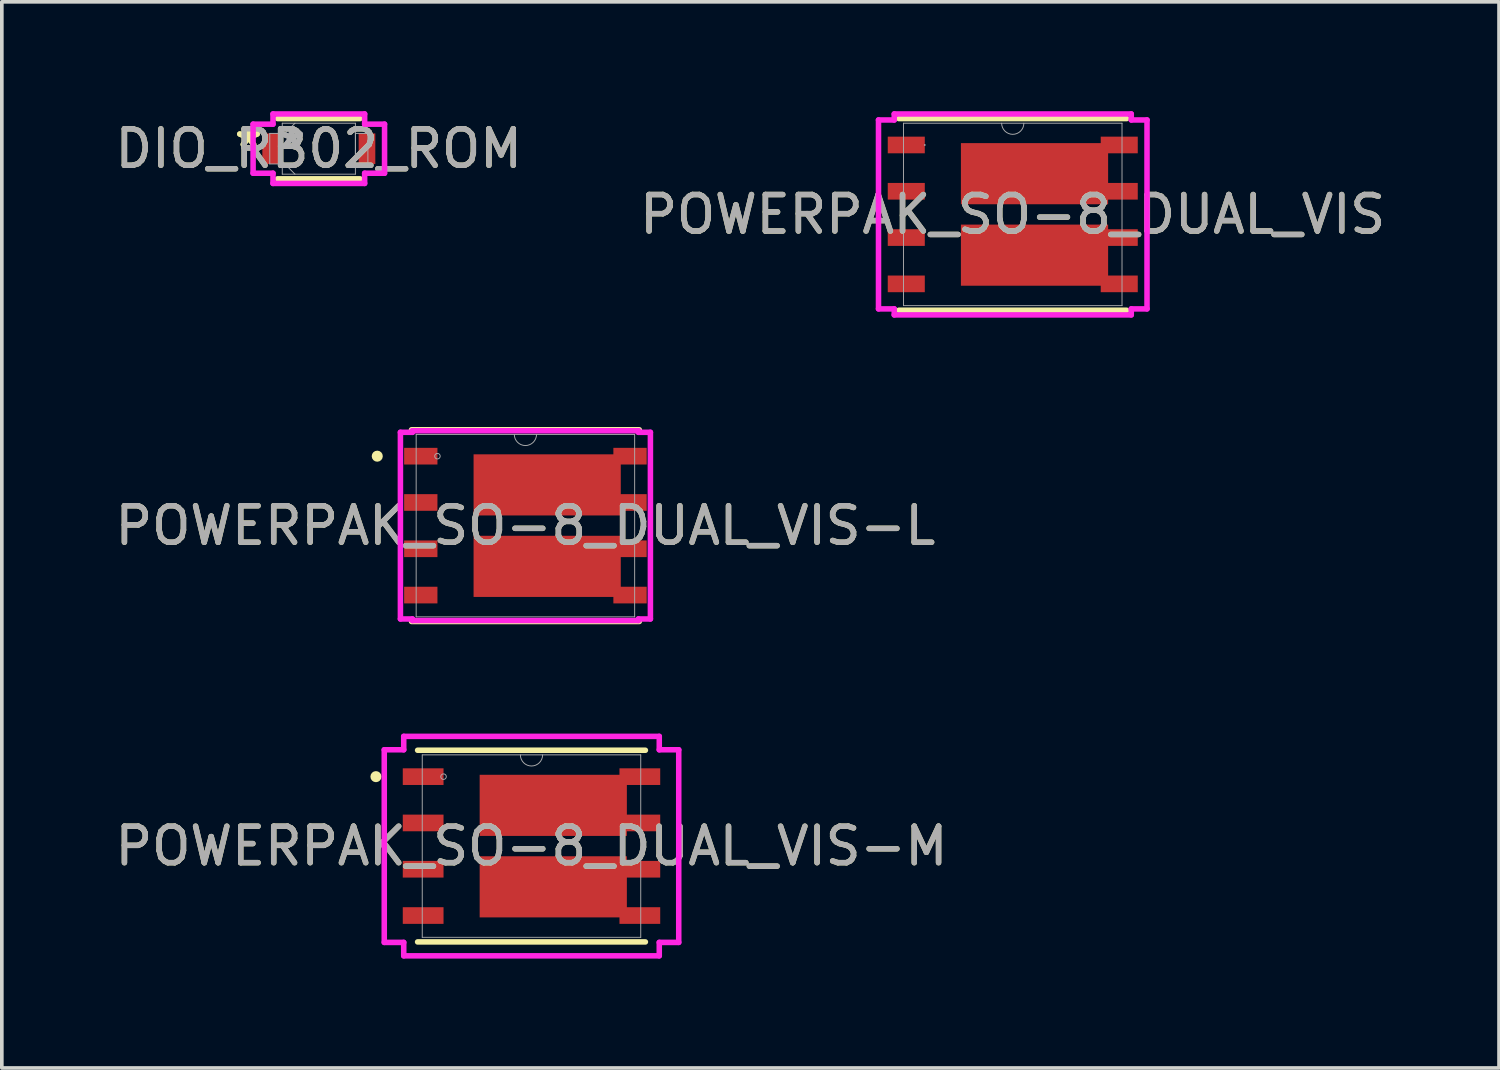
<source format=kicad_pcb>
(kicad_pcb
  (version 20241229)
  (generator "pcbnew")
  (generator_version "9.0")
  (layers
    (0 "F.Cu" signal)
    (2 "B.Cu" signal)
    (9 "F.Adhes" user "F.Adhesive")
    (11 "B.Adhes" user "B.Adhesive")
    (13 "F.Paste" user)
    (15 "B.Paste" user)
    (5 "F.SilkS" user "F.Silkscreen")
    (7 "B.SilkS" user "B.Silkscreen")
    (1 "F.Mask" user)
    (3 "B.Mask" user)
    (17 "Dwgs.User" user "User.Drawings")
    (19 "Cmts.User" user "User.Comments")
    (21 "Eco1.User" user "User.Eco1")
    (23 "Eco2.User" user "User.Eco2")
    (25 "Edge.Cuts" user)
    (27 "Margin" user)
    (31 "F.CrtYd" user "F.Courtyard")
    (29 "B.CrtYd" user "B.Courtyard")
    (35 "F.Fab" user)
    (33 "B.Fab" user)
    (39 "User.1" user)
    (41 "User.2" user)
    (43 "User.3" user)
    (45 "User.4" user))
  (footprint "DIO_RB02_ROM"
    (layer "F.Cu")
    (at 5.696 1.029)
    (property "Reference" "DIO_RB02_ROM" (at 0 0 0) (unlocked yes) (layer "F.SilkS") (effects (font (size 1 1) (thickness 0.15))))
    (attr smd)
    (fp_line (start -1.13 0.826) (end 1.13 0.826) (stroke (width 0.152) (type solid)) (layer "F.SilkS"))
    (fp_line (start 1.13 -0.826) (end -1.13 -0.826) (stroke (width 0.152) (type solid)) (layer "F.SilkS"))
    (fp_line (start -1.803 -0.673) (end -1.257 -0.673) (stroke (width 0.152) (type solid)) (layer "F.CrtYd"))
    (fp_line (start -1.803 0.673) (end -1.803 -0.673) (stroke (width 0.152) (type solid)) (layer "F.CrtYd"))
    (fp_line (start -1.257 -0.953) (end 1.257 -0.953) (stroke (width 0.152) (type solid)) (layer "F.CrtYd"))
    (fp_line (start -1.257 -0.673) (end -1.257 -0.953) (stroke (width 0.152) (type solid)) (layer "F.CrtYd"))
    (fp_line (start -1.257 0.673) (end -1.803 0.673) (stroke (width 0.152) (type solid)) (layer "F.CrtYd"))
    (fp_line (start -1.257 0.953) (end -1.257 0.673) (stroke (width 0.152) (type solid)) (layer "F.CrtYd"))
    (fp_line (start 1.257 -0.953) (end 1.257 -0.673) (stroke (width 0.152) (type solid)) (layer "F.CrtYd"))
    (fp_line (start 1.257 -0.673) (end 1.803 -0.673) (stroke (width 0.152) (type solid)) (layer "F.CrtYd"))
    (fp_line (start 1.257 0.673) (end 1.257 0.953) (stroke (width 0.152) (type solid)) (layer "F.CrtYd"))
    (fp_line (start 1.257 0.953) (end -1.257 0.953) (stroke (width 0.152) (type solid)) (layer "F.CrtYd"))
    (fp_line (start 1.803 -0.673) (end 1.803 0.673) (stroke (width 0.152) (type solid)) (layer "F.CrtYd"))
    (fp_line (start 1.803 0.673) (end 1.257 0.673) (stroke (width 0.152) (type solid)) (layer "F.CrtYd"))
    (fp_line (start -1.346 -0.419) (end -1.346 0.419) (stroke (width 0.025) (type solid)) (layer "F.Fab"))
    (fp_line (start -1.346 0.419) (end -1.003 0.419) (stroke (width 0.025) (type solid)) (layer "F.Fab"))
    (fp_line (start -1.003 -0.699) (end -1.003 0.699) (stroke (width 0.025) (type solid)) (layer "F.Fab"))
    (fp_line (start -1.003 -0.419) (end -1.346 -0.419) (stroke (width 0.025) (type solid)) (layer "F.Fab"))
    (fp_line (start -1.003 -0.349) (end -0.654 -0.699) (stroke (width 0.025) (type solid)) (layer "F.Fab"))
    (fp_line (start -1.003 0.349) (end -0.654 0.699) (stroke (width 0.025) (type solid)) (layer "F.Fab"))
    (fp_line (start -1.003 0.419) (end -1.003 -0.419) (stroke (width 0.025) (type solid)) (layer "F.Fab"))
    (fp_line (start -1.003 0.699) (end 1.003 0.699) (stroke (width 0.025) (type solid)) (layer "F.Fab"))
    (fp_line (start 1.003 -0.699) (end -1.003 -0.699) (stroke (width 0.025) (type solid)) (layer "F.Fab"))
    (fp_line (start 1.003 -0.419) (end 1.003 0.419) (stroke (width 0.025) (type solid)) (layer "F.Fab"))
    (fp_line (start 1.003 0.419) (end 1.346 0.419) (stroke (width 0.025) (type solid)) (layer "F.Fab"))
    (fp_line (start 1.003 0.699) (end 1.003 -0.699) (stroke (width 0.025) (type solid)) (layer "F.Fab"))
    (fp_line (start 1.346 -0.419) (end 1.003 -0.419) (stroke (width 0.025) (type solid)) (layer "F.Fab"))
    (fp_line (start 1.346 0.419) (end 1.346 -0.419) (stroke (width 0.025) (type solid)) (layer "F.Fab"))
    (fp_text user "*" (at -1.93 0 0) (layer "F.SilkS") (effects (font (size 1 1) (thickness 0.15))))
    (fp_text user "*" (at -1.93 0 0) (unlocked yes) (layer "F.SilkS") (effects (font (size 1 1) (thickness 0.15))))
    (fp_text user "*" (at -0.749 0 0) (unlocked yes) (layer "F.Fab") (effects (font (size 1 1) (thickness 0.15))))
    (fp_text user "${REFERENCE}" (at 0 0 0) (unlocked yes) (layer "F.Fab") (effects (font (size 1 1) (thickness 0.15))))
    (fp_text user "*" (at -0.749 0 0) (layer "F.Fab") (effects (font (size 1 1) (thickness 0.15))))
    (pad "1" smd rect (at -1.321 0) (size 0.457 0.838) (layers "F.Cu" "F.Mask" "F.Paste"))
    (pad "2" smd rect (at 1.321 0) (size 0.457 0.838) (layers "F.Cu" "F.Mask" "F.Paste"))
    (zone (net_name "") (layer "F.Cu") (hatch full 0.508) (connect_pads) (min_thickness 0.254) (filled_areas_thickness no) (keepout (tracks not_allowed) (vias not_allowed) (pads allowed) (copperpour not_allowed) (footprints allowed)) (placement (enabled no)) (fill) (polygon (pts (xy 4.655 0.381) (xy 6.738 0.381) (xy 6.738 1.676) (xy 4.655 1.676)))))
  (footprint "POWERPAK_SO-8_DUAL_VIS-M"
    (layer "F.Cu")
    (at 11.53 20.16)
    (property "Reference" "POWERPAK_SO-8_DUAL_VIS-M" (at 0 0 0) (unlocked yes) (layer "F.SilkS") (effects (font (size 1 1) (thickness 0.15))))
    (attr smd)
    (fp_poly (pts (xy 2.616 -1.956) (xy -1.422 -1.956) (xy -1.422 -0.279) (xy 2.616 -0.279)) (stroke (width 0) (type solid)) (fill yes) (layer "F.Cu"))
    (fp_poly (pts (xy 2.616 1.956) (xy -1.422 1.956) (xy -1.422 0.279) (xy 2.616 0.279)) (stroke (width 0) (type solid)) (fill yes) (layer "F.Cu"))
    (fp_poly (pts (xy 2.616 -1.956) (xy -1.422 -1.956) (xy -1.422 -0.279) (xy 2.616 -0.279)) (stroke (width 0) (type solid)) (fill yes) (layer "F.Mask"))
    (fp_poly (pts (xy 2.616 1.956) (xy -1.422 1.956) (xy -1.422 0.279) (xy 2.616 0.279)) (stroke (width 0) (type solid)) (fill yes) (layer "F.Mask"))
    (fp_line (start -3.124 2.629) (end 3.124 2.629) (stroke (width 0.152) (type solid)) (layer "F.SilkS"))
    (fp_line (start 3.124 -2.629) (end -3.124 -2.629) (stroke (width 0.152) (type solid)) (layer "F.SilkS"))
    (fp_circle (center -4.267 -1.905) (end -4.191 -1.905) (stroke (width 0.152) (type solid)) (fill no) (layer "F.SilkS"))
    (fp_poly (pts (xy 2.616 -1.956) (xy -1.422 -1.956) (xy -1.422 -0.279) (xy 2.616 -0.279)) (stroke (width 0) (type solid)) (fill yes) (layer "F.Paste"))
    (fp_poly (pts (xy 2.616 1.956) (xy -1.422 1.956) (xy -1.422 0.279) (xy 2.616 0.279)) (stroke (width 0) (type solid)) (fill yes) (layer "F.Paste"))
    (fp_line (start -4.039 -2.642) (end -3.505 -2.642) (stroke (width 0.152) (type solid)) (layer "F.CrtYd"))
    (fp_line (start -4.039 2.642) (end -4.039 -2.642) (stroke (width 0.152) (type solid)) (layer "F.CrtYd"))
    (fp_line (start -4.039 2.642) (end -3.505 2.642) (stroke (width 0.152) (type solid)) (layer "F.CrtYd"))
    (fp_line (start -3.505 -3.01) (end 3.505 -3.01) (stroke (width 0.152) (type solid)) (layer "F.CrtYd"))
    (fp_line (start -3.505 -2.642) (end -3.505 -3.01) (stroke (width 0.152) (type solid)) (layer "F.CrtYd"))
    (fp_line (start -3.505 3.01) (end -3.505 2.642) (stroke (width 0.152) (type solid)) (layer "F.CrtYd"))
    (fp_line (start 3.505 -3.01) (end 3.505 -2.642) (stroke (width 0.152) (type solid)) (layer "F.CrtYd"))
    (fp_line (start 3.505 2.642) (end 3.505 3.01) (stroke (width 0.152) (type solid)) (layer "F.CrtYd"))
    (fp_line (start 3.505 3.01) (end -3.505 3.01) (stroke (width 0.152) (type solid)) (layer "F.CrtYd"))
    (fp_line (start 4.039 -2.642) (end 3.505 -2.642) (stroke (width 0.152) (type solid)) (layer "F.CrtYd"))
    (fp_line (start 4.039 -2.642) (end 4.039 2.642) (stroke (width 0.152) (type solid)) (layer "F.CrtYd"))
    (fp_line (start 4.039 2.642) (end 3.505 2.642) (stroke (width 0.152) (type solid)) (layer "F.CrtYd"))
    (fp_line (start -2.997 -2.502) (end -2.997 2.502) (stroke (width 0.025) (type solid)) (layer "F.Fab"))
    (fp_line (start -2.997 2.502) (end 2.997 2.502) (stroke (width 0.025) (type solid)) (layer "F.Fab"))
    (fp_line (start 2.997 -2.502) (end -2.997 -2.502) (stroke (width 0.025) (type solid)) (layer "F.Fab"))
    (fp_line (start 2.997 2.502) (end 2.997 -2.502) (stroke (width 0.025) (type solid)) (layer "F.Fab"))
    (fp_arc (start 0.3048 -2.5019) (mid 0 -2.1971) (end -0.3048 -2.5019) (stroke (width 0.0254) (type solid)) (layer "F.Fab"))
    (fp_circle (center -2.413 -1.905) (end -2.337 -1.905) (stroke (width 0.025) (type solid)) (fill no) (layer "F.Fab"))
    (fp_text user "${REFERENCE}" (at 0 0 0) (unlocked yes) (layer "F.Fab") (effects (font (size 1 1) (thickness 0.15))))
    (pad "1" smd rect (at -2.972 -1.905) (size 1.118 0.457) (layers "F.Cu" "F.Mask" "F.Paste"))
    (pad "2" smd rect (at -2.972 -0.635) (size 1.118 0.457) (layers "F.Cu" "F.Mask" "F.Paste"))
    (pad "3" smd rect (at -2.972 0.635) (size 1.118 0.457) (layers "F.Cu" "F.Mask" "F.Paste"))
    (pad "4" smd rect (at -2.972 1.905) (size 1.118 0.457) (layers "F.Cu" "F.Mask" "F.Paste"))
    (pad "5" smd rect (at 2.972 1.905) (size 1.118 0.457) (layers "F.Cu" "F.Mask" "F.Paste"))
    (pad "6" smd rect (at 2.972 0.635) (size 1.118 0.457) (layers "F.Cu" "F.Mask" "F.Paste"))
    (pad "7" smd rect (at 2.972 -0.635) (size 1.118 0.457) (layers "F.Cu" "F.Mask" "F.Paste"))
    (pad "8" smd rect (at 2.972 -1.905) (size 1.118 0.457) (layers "F.Cu" "F.Mask" "F.Paste")))
  (footprint "POWERPAK_SO-8_DUAL_VIS"
    (layer "F.Cu")
    (at 24.732 2.832)
    (property "Reference" "POWERPAK_SO-8_DUAL_VIS" (at 0 0 0) (unlocked yes) (layer "F.SilkS") (effects (font (size 1 1) (thickness 0.15))))
    (attr smd)
    (fp_poly (pts (xy 2.616 -1.956) (xy -1.422 -1.956) (xy -1.422 -0.279) (xy 2.616 -0.279)) (stroke (width 0) (type solid)) (fill yes) (layer "F.Cu"))
    (fp_poly (pts (xy 2.616 1.956) (xy -1.422 1.956) (xy -1.422 0.279) (xy 2.616 0.279)) (stroke (width 0) (type solid)) (fill yes) (layer "F.Cu"))
    (fp_poly (pts (xy 2.616 -1.956) (xy -1.422 -1.956) (xy -1.422 -0.279) (xy 2.616 -0.279)) (stroke (width 0) (type solid)) (fill yes) (layer "F.Mask"))
    (fp_poly (pts (xy 2.616 1.956) (xy -1.422 1.956) (xy -1.422 0.279) (xy 2.616 0.279)) (stroke (width 0) (type solid)) (fill yes) (layer "F.Mask"))
    (fp_line (start -3.124 2.629) (end 3.124 2.629) (stroke (width 0.152) (type solid)) (layer "F.SilkS"))
    (fp_line (start 3.124 -2.629) (end -3.124 -2.629) (stroke (width 0.152) (type solid)) (layer "F.SilkS"))
    (fp_poly (pts (xy 2.616 -1.956) (xy -1.422 -1.956) (xy -1.422 -0.279) (xy 2.616 -0.279)) (stroke (width 0) (type solid)) (fill yes) (layer "F.Paste"))
    (fp_poly (pts (xy 2.616 1.956) (xy -1.422 1.956) (xy -1.422 0.279) (xy 2.616 0.279)) (stroke (width 0) (type solid)) (fill yes) (layer "F.Paste"))
    (fp_line (start -3.683 -2.591) (end -3.251 -2.591) (stroke (width 0.152) (type solid)) (layer "F.CrtYd"))
    (fp_line (start -3.683 2.591) (end -3.683 -2.591) (stroke (width 0.152) (type solid)) (layer "F.CrtYd"))
    (fp_line (start -3.683 2.591) (end -3.251 2.591) (stroke (width 0.152) (type solid)) (layer "F.CrtYd"))
    (fp_line (start -3.251 -2.756) (end 3.251 -2.756) (stroke (width 0.152) (type solid)) (layer "F.CrtYd"))
    (fp_line (start -3.251 -2.591) (end -3.251 -2.756) (stroke (width 0.152) (type solid)) (layer "F.CrtYd"))
    (fp_line (start -3.251 2.756) (end -3.251 2.591) (stroke (width 0.152) (type solid)) (layer "F.CrtYd"))
    (fp_line (start 3.251 -2.756) (end 3.251 -2.591) (stroke (width 0.152) (type solid)) (layer "F.CrtYd"))
    (fp_line (start 3.251 2.591) (end 3.251 2.756) (stroke (width 0.152) (type solid)) (layer "F.CrtYd"))
    (fp_line (start 3.251 2.756) (end -3.251 2.756) (stroke (width 0.152) (type solid)) (layer "F.CrtYd"))
    (fp_line (start 3.683 -2.591) (end 3.251 -2.591) (stroke (width 0.152) (type solid)) (layer "F.CrtYd"))
    (fp_line (start 3.683 -2.591) (end 3.683 2.591) (stroke (width 0.152) (type solid)) (layer "F.CrtYd"))
    (fp_line (start 3.683 2.591) (end 3.251 2.591) (stroke (width 0.152) (type solid)) (layer "F.CrtYd"))
    (fp_line (start -2.997 -2.502) (end -2.997 2.502) (stroke (width 0.025) (type solid)) (layer "F.Fab"))
    (fp_line (start -2.997 2.502) (end 2.997 2.502) (stroke (width 0.025) (type solid)) (layer "F.Fab"))
    (fp_line (start 2.997 -2.502) (end -2.997 -2.502) (stroke (width 0.025) (type solid)) (layer "F.Fab"))
    (fp_line (start 2.997 2.502) (end 2.997 -2.502) (stroke (width 0.025) (type solid)) (layer "F.Fab"))
    (fp_arc (start 0.3048 -2.5019) (mid 0 -2.1971) (end -0.3048 -2.5019) (stroke (width 0.0254) (type solid)) (layer "F.Fab"))
    (fp_circle (center -2.413 -1.905) (end -2.413 -1.905) (stroke (width 0.025) (type solid)) (fill no) (layer "F.Fab"))
    (fp_text user "${REFERENCE}" (at 0 0 0) (unlocked yes) (layer "F.Fab") (effects (font (size 1 1) (thickness 0.15))))
    (pad "1" smd rect (at -2.921 -1.905) (size 1.016 0.457) (layers "F.Cu" "F.Mask" "F.Paste"))
    (pad "2" smd rect (at -2.921 -0.635) (size 1.016 0.457) (layers "F.Cu" "F.Mask" "F.Paste"))
    (pad "3" smd rect (at -2.921 0.635) (size 1.016 0.457) (layers "F.Cu" "F.Mask" "F.Paste"))
    (pad "4" smd rect (at -2.921 1.905) (size 1.016 0.457) (layers "F.Cu" "F.Mask" "F.Paste"))
    (pad "5" smd rect (at 2.921 1.905) (size 1.016 0.457) (layers "F.Cu" "F.Mask" "F.Paste"))
    (pad "6" smd rect (at 2.921 0.635) (size 1.016 0.457) (layers "F.Cu" "F.Mask" "F.Paste"))
    (pad "7" smd rect (at 2.921 -0.635) (size 1.016 0.457) (layers "F.Cu" "F.Mask" "F.Paste"))
    (pad "8" smd rect (at 2.921 -1.905) (size 1.016 0.457) (layers "F.Cu" "F.Mask" "F.Paste")))
  (footprint "POWERPAK_SO-8_DUAL_VIS-L"
    (layer "F.Cu")
    (at 11.363 11.369)
    (property "Reference" "POWERPAK_SO-8_DUAL_VIS-L" (at 0 0 0) (unlocked yes) (layer "F.SilkS") (effects (font (size 1 1) (thickness 0.15))))
    (attr smd)
    (fp_poly (pts (xy 2.616 -1.956) (xy -1.422 -1.956) (xy -1.422 -0.279) (xy 2.616 -0.279)) (stroke (width 0) (type solid)) (fill yes) (layer "F.Cu"))
    (fp_poly (pts (xy 2.616 1.956) (xy -1.422 1.956) (xy -1.422 0.279) (xy 2.616 0.279)) (stroke (width 0) (type solid)) (fill yes) (layer "F.Cu"))
    (fp_poly (pts (xy 2.616 -1.956) (xy -1.422 -1.956) (xy -1.422 -0.279) (xy 2.616 -0.279)) (stroke (width 0) (type solid)) (fill yes) (layer "F.Mask"))
    (fp_poly (pts (xy 2.616 1.956) (xy -1.422 1.956) (xy -1.422 0.279) (xy 2.616 0.279)) (stroke (width 0) (type solid)) (fill yes) (layer "F.Mask"))
    (fp_line (start -3.124 2.629) (end 3.124 2.629) (stroke (width 0.152) (type solid)) (layer "F.SilkS"))
    (fp_line (start 3.124 -2.629) (end -3.124 -2.629) (stroke (width 0.152) (type solid)) (layer "F.SilkS"))
    (fp_circle (center -4.064 -1.905) (end -3.988 -1.905) (stroke (width 0.152) (type solid)) (fill no) (layer "F.SilkS"))
    (fp_poly (pts (xy 2.616 -1.956) (xy -1.422 -1.956) (xy -1.422 -0.279) (xy 2.616 -0.279)) (stroke (width 0) (type solid)) (fill yes) (layer "F.Paste"))
    (fp_poly (pts (xy 2.616 1.956) (xy -1.422 1.956) (xy -1.422 0.279) (xy 2.616 0.279)) (stroke (width 0) (type solid)) (fill yes) (layer "F.Paste"))
    (fp_line (start -3.429 -2.56) (end -3.099 -2.56) (stroke (width 0.152) (type solid)) (layer "F.CrtYd"))
    (fp_line (start -3.429 2.56) (end -3.429 -2.56) (stroke (width 0.152) (type solid)) (layer "F.CrtYd"))
    (fp_line (start -3.429 2.56) (end -3.099 2.56) (stroke (width 0.152) (type solid)) (layer "F.CrtYd"))
    (fp_line (start -3.099 -2.603) (end 3.099 -2.603) (stroke (width 0.152) (type solid)) (layer "F.CrtYd"))
    (fp_line (start -3.099 -2.56) (end -3.099 -2.603) (stroke (width 0.152) (type solid)) (layer "F.CrtYd"))
    (fp_line (start -3.099 2.603) (end -3.099 2.56) (stroke (width 0.152) (type solid)) (layer "F.CrtYd"))
    (fp_line (start 3.099 -2.603) (end 3.099 -2.56) (stroke (width 0.152) (type solid)) (layer "F.CrtYd"))
    (fp_line (start 3.099 2.56) (end 3.099 2.603) (stroke (width 0.152) (type solid)) (layer "F.CrtYd"))
    (fp_line (start 3.099 2.603) (end -3.099 2.603) (stroke (width 0.152) (type solid)) (layer "F.CrtYd"))
    (fp_line (start 3.429 -2.56) (end 3.099 -2.56) (stroke (width 0.152) (type solid)) (layer "F.CrtYd"))
    (fp_line (start 3.429 -2.56) (end 3.429 2.56) (stroke (width 0.152) (type solid)) (layer "F.CrtYd"))
    (fp_line (start 3.429 2.56) (end 3.099 2.56) (stroke (width 0.152) (type solid)) (layer "F.CrtYd"))
    (fp_line (start -2.997 -2.502) (end -2.997 2.502) (stroke (width 0.025) (type solid)) (layer "F.Fab"))
    (fp_line (start -2.997 2.502) (end 2.997 2.502) (stroke (width 0.025) (type solid)) (layer "F.Fab"))
    (fp_line (start 2.997 -2.502) (end -2.997 -2.502) (stroke (width 0.025) (type solid)) (layer "F.Fab"))
    (fp_line (start 2.997 2.502) (end 2.997 -2.502) (stroke (width 0.025) (type solid)) (layer "F.Fab"))
    (fp_arc (start 0.3048 -2.5019) (mid 0 -2.1971) (end -0.3048 -2.5019) (stroke (width 0.0254) (type solid)) (layer "F.Fab"))
    (fp_circle (center -2.413 -1.905) (end -2.337 -1.905) (stroke (width 0.025) (type solid)) (fill no) (layer "F.Fab"))
    (fp_text user "${REFERENCE}" (at 0 0 0) (unlocked yes) (layer "F.Fab") (effects (font (size 1 1) (thickness 0.15))))
    (pad "1" smd rect (at -2.87 -1.905) (size 0.914 0.457) (layers "F.Cu" "F.Mask" "F.Paste"))
    (pad "2" smd rect (at -2.87 -0.635) (size 0.914 0.457) (layers "F.Cu" "F.Mask" "F.Paste"))
    (pad "3" smd rect (at -2.87 0.635) (size 0.914 0.457) (layers "F.Cu" "F.Mask" "F.Paste"))
    (pad "4" smd rect (at -2.87 1.905) (size 0.914 0.457) (layers "F.Cu" "F.Mask" "F.Paste"))
    (pad "5" smd rect (at 2.87 1.905) (size 0.914 0.457) (layers "F.Cu" "F.Mask" "F.Paste"))
    (pad "6" smd rect (at 2.87 0.635) (size 0.914 0.457) (layers "F.Cu" "F.Mask" "F.Paste"))
    (pad "7" smd rect (at 2.87 -0.635) (size 0.914 0.457) (layers "F.Cu" "F.Mask" "F.Paste"))
    (pad "8" smd rect (at 2.87 -1.905) (size 0.914 0.457) (layers "F.Cu" "F.Mask" "F.Paste")))
  (gr_rect
    (start -3 -3)
    (end 38.071 26.247)
    (stroke (width 0.1) (type default))
    (fill no)
    (layer "Edge.Cuts")))
</source>
